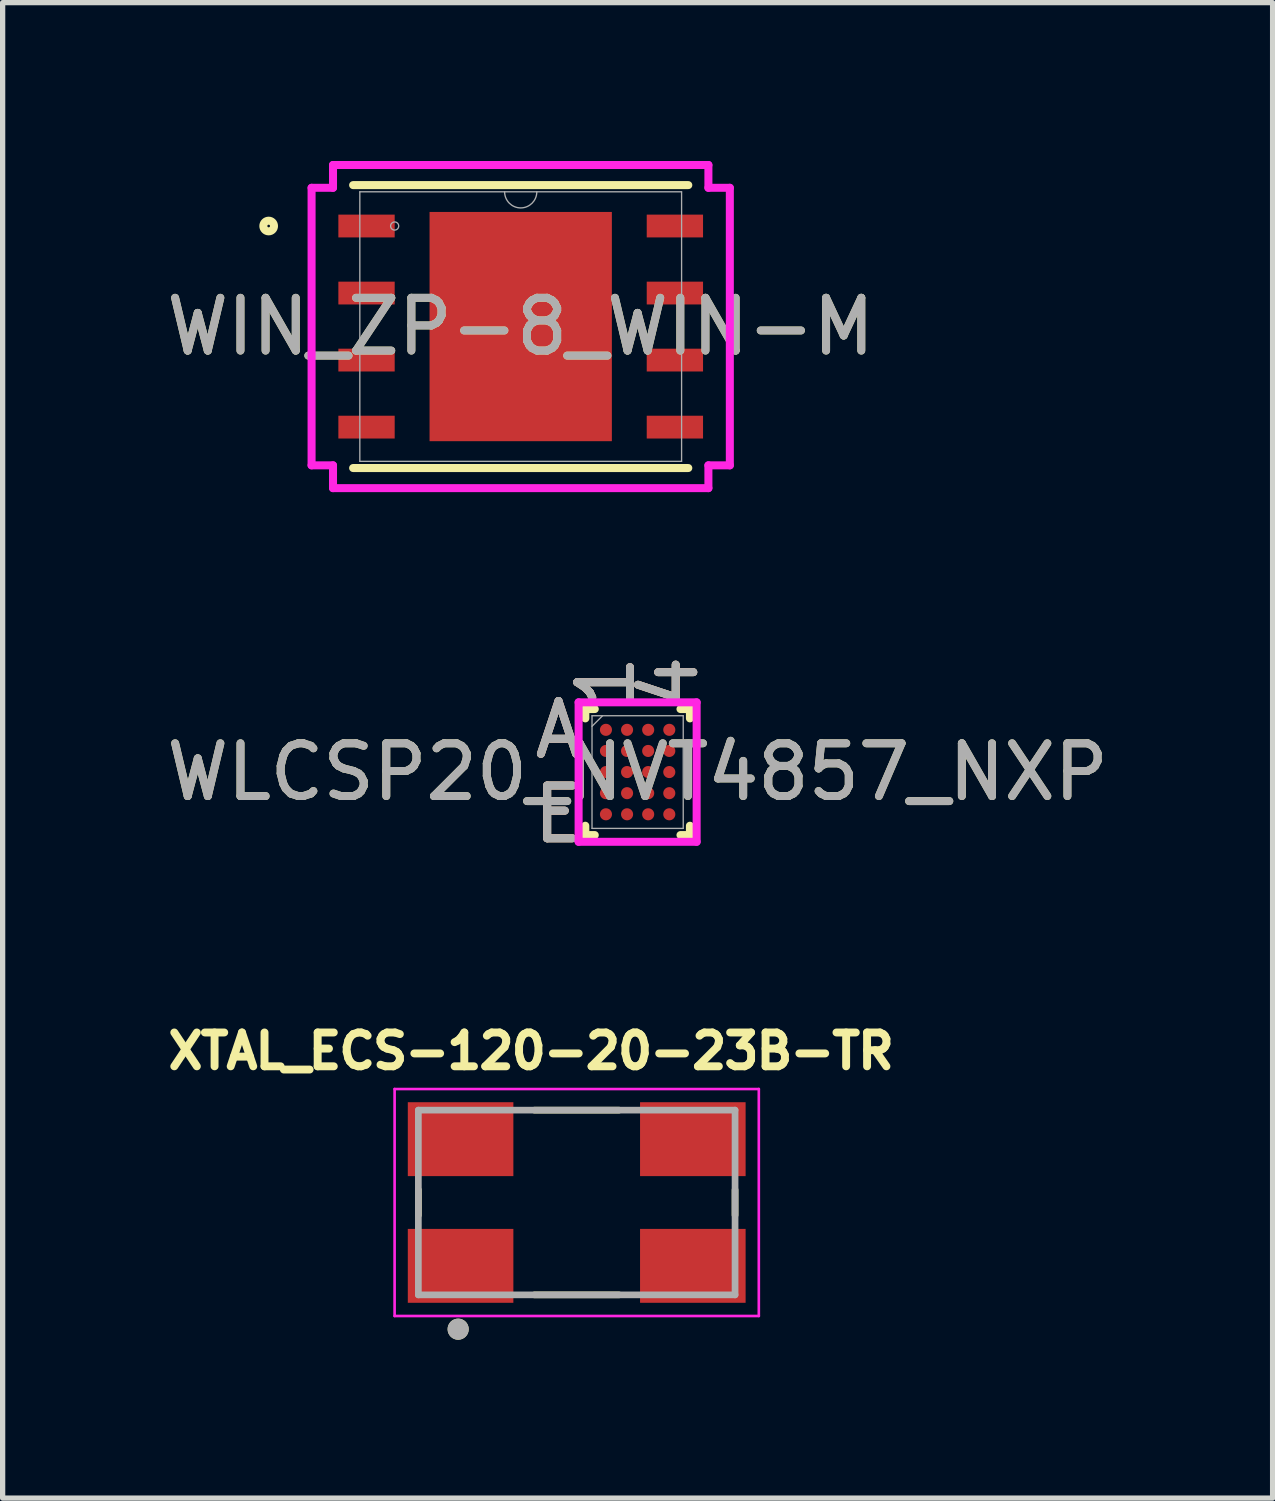
<source format=kicad_pcb>
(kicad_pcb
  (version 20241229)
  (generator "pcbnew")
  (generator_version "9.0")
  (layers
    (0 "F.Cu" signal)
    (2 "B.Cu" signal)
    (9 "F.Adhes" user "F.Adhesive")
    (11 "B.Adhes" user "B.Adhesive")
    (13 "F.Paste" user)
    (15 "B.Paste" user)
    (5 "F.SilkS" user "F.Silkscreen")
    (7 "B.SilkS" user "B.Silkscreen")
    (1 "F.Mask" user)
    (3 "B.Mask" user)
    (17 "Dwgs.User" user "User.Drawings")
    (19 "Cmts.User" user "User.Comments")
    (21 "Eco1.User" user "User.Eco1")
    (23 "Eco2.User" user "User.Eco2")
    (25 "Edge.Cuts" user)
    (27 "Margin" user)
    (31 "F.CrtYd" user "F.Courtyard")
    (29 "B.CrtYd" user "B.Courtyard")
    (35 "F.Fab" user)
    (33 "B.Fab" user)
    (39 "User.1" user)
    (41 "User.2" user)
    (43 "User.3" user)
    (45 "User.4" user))
  (footprint "XTAL_ECS-120-20-23B-TR"
    (layer "F.Cu")
    (at 7.876 19.732)
    (property "Reference" "XTAL_ECS-120-20-23B-TR" (at -0.863 -2.869 0) (layer "F.SilkS") (effects (font (size 0.641 0.641) (thickness 0.15))))
    (attr smd)
    (fp_line (start -3 -0.24) (end -3 0.24) (stroke (width 0.127) (type solid)) (layer "F.SilkS"))
    (fp_line (start -0.8 -1.75) (end 0.8 -1.75) (stroke (width 0.127) (type solid)) (layer "F.SilkS"))
    (fp_line (start -0.8 1.75) (end 0.8 1.75) (stroke (width 0.127) (type solid)) (layer "F.SilkS"))
    (fp_line (start 3 -0.24) (end 3 0.24) (stroke (width 0.127) (type solid)) (layer "F.SilkS"))
    (fp_circle (center -2.246 2.4) (end -2.146 2.4) (stroke (width 0.2) (type solid)) (fill no) (layer "F.SilkS"))
    (fp_line (start -3.45 -2.15) (end 3.45 -2.15) (stroke (width 0.05) (type solid)) (layer "F.CrtYd"))
    (fp_line (start -3.45 2.15) (end -3.45 -2.15) (stroke (width 0.05) (type solid)) (layer "F.CrtYd"))
    (fp_line (start 3.45 -2.15) (end 3.45 2.15) (stroke (width 0.05) (type solid)) (layer "F.CrtYd"))
    (fp_line (start 3.45 2.15) (end -3.45 2.15) (stroke (width 0.05) (type solid)) (layer "F.CrtYd"))
    (fp_line (start -3 -1.75) (end 3 -1.75) (stroke (width 0.127) (type solid)) (layer "F.Fab"))
    (fp_line (start -3 1.75) (end -3 -1.75) (stroke (width 0.127) (type solid)) (layer "F.Fab"))
    (fp_line (start 3 -1.75) (end 3 1.75) (stroke (width 0.127) (type solid)) (layer "F.Fab"))
    (fp_line (start 3 1.75) (end -3 1.75) (stroke (width 0.127) (type solid)) (layer "F.Fab"))
    (fp_circle (center -2.246 2.4) (end -2.146 2.4) (stroke (width 0.2) (type solid)) (fill no) (layer "F.Fab"))
    (pad "1" smd rect (at -2.2 1.2) (size 2 1.4) (layers "F.Cu" "F.Mask" "F.Paste"))
    (pad "2" smd rect (at 2.2 1.2) (size 2 1.4) (layers "F.Cu" "F.Mask" "F.Paste"))
    (pad "3" smd rect (at 2.2 -1.2) (size 2 1.4) (layers "F.Cu" "F.Mask" "F.Paste"))
    (pad "4" smd rect (at -2.2 -1.2) (size 2 1.4) (layers "F.Cu" "F.Mask" "F.Paste")))
  (footprint "WLCSP20_NVT4857_NXP"
    (layer "F.Cu")
    (at 9.03 11.577)
    (property "Reference" "WLCSP20_NVT4857_NXP" (at 0 0 0) (unlocked yes) (layer "F.SilkS") (effects (font (size 1 1) (thickness 0.15))))
    (attr smd)
    (fp_line (start -0.991 -1.194) (end -0.991 -1.017) (stroke (width 0.152) (type solid)) (layer "F.SilkS"))
    (fp_line (start -0.991 1.017) (end -0.991 1.194) (stroke (width 0.152) (type solid)) (layer "F.SilkS"))
    (fp_line (start -0.991 1.194) (end -0.812 1.194) (stroke (width 0.152) (type solid)) (layer "F.SilkS"))
    (fp_line (start -0.812 -1.194) (end -0.991 -1.194) (stroke (width 0.152) (type solid)) (layer "F.SilkS"))
    (fp_line (start 0.812 1.194) (end 0.991 1.194) (stroke (width 0.152) (type solid)) (layer "F.SilkS"))
    (fp_line (start 0.991 -1.194) (end 0.812 -1.194) (stroke (width 0.152) (type solid)) (layer "F.SilkS"))
    (fp_line (start 0.991 -1.017) (end 0.991 -1.194) (stroke (width 0.152) (type solid)) (layer "F.SilkS"))
    (fp_line (start 0.991 1.194) (end 0.991 1.017) (stroke (width 0.152) (type solid)) (layer "F.SilkS"))
    (fp_poly (pts (xy -1.244 -1.444) (xy 1.244 -1.444) (xy 1.244 1.444) (xy -1.244 1.444)) (stroke (width 0.1) (type solid)) (fill no) (layer "Eco2.User"))
    (fp_line (start -1.118 -1.321) (end 1.118 -1.321) (stroke (width 0.152) (type solid)) (layer "F.CrtYd"))
    (fp_line (start -1.118 1.321) (end -1.118 -1.321) (stroke (width 0.152) (type solid)) (layer "F.CrtYd"))
    (fp_line (start 1.118 -1.321) (end 1.118 1.321) (stroke (width 0.152) (type solid)) (layer "F.CrtYd"))
    (fp_line (start 1.118 1.321) (end -1.118 1.321) (stroke (width 0.152) (type solid)) (layer "F.CrtYd"))
    (fp_line (start -0.864 -1.067) (end -0.864 1.067) (stroke (width 0.025) (type solid)) (layer "F.Fab"))
    (fp_line (start -0.864 1.067) (end 0.864 1.067) (stroke (width 0.025) (type solid)) (layer "F.Fab"))
    (fp_line (start -0.664 -1.067) (end -0.864 -0.867) (stroke (width 0.025) (type solid)) (layer "F.Fab"))
    (fp_line (start 0.864 -1.067) (end -0.864 -1.067) (stroke (width 0.025) (type solid)) (layer "F.Fab"))
    (fp_line (start 0.864 1.067) (end 0.864 -1.067) (stroke (width 0.025) (type solid)) (layer "F.Fab"))
    (fp_text user "E" (at -1.499 0.8 0) (unlocked yes) (layer "F.SilkS") (effects (font (size 1 1) (thickness 0.15))))
    (fp_text user "A" (at -1.499 -0.8 0) (unlocked yes) (layer "F.SilkS") (effects (font (size 1 1) (thickness 0.15))))
    (fp_text user "1" (at -0.6 -1.702 90) (unlocked yes) (layer "F.SilkS") (effects (font (size 1 1) (thickness 0.15))))
    (fp_text user "4" (at 0.6 -1.702 90) (unlocked yes) (layer "F.SilkS") (effects (font (size 1 1) (thickness 0.15))))
    (fp_text user "4" (at 0.6 -1.702 90) (unlocked yes) (layer "B.SilkS") (effects (font (size 1 1) (thickness 0.15))))
    (fp_text user "1" (at -0.6 -1.702 90) (unlocked yes) (layer "B.SilkS") (effects (font (size 1 1) (thickness 0.15))))
    (fp_text user "A" (at -1.499 -0.8 0) (unlocked yes) (layer "B.SilkS") (effects (font (size 1 1) (thickness 0.15))))
    (fp_text user "E" (at -1.499 0.8 0) (unlocked yes) (layer "B.SilkS") (effects (font (size 1 1) (thickness 0.15))))
    (fp_text user "A" (at -1.499 -0.8 0) (unlocked yes) (layer "F.Fab") (effects (font (size 1 1) (thickness 0.15))))
    (fp_text user "4" (at 0.6 -1.702 90) (unlocked yes) (layer "F.Fab") (effects (font (size 1 1) (thickness 0.15))))
    (fp_text user "E" (at -1.499 0.8 0) (unlocked yes) (layer "F.Fab") (effects (font (size 1 1) (thickness 0.15))))
    (fp_text user "1" (at -0.6 -1.702 90) (unlocked yes) (layer "F.Fab") (effects (font (size 1 1) (thickness 0.15))))
    (fp_text user "${REFERENCE}" (at 0 0 0) (unlocked yes) (layer "F.Fab") (effects (font (size 1 1) (thickness 0.15))))
    (pad "A1" smd circle (at -0.6 -0.8) (size 0.229 0.229) (layers "F.Cu" "F.Mask" "F.Paste"))
    (pad "A2" smd circle (at -0.2 -0.8) (size 0.229 0.229) (layers "F.Cu" "F.Mask" "F.Paste"))
    (pad "A3" smd circle (at 0.2 -0.8) (size 0.229 0.229) (layers "F.Cu" "F.Mask" "F.Paste"))
    (pad "A4" smd circle (at 0.6 -0.8) (size 0.229 0.229) (layers "F.Cu" "F.Mask" "F.Paste"))
    (pad "B1" smd circle (at -0.6 -0.4) (size 0.229 0.229) (layers "F.Cu" "F.Mask" "F.Paste"))
    (pad "B2" smd circle (at -0.2 -0.4) (size 0.229 0.229) (layers "F.Cu" "F.Mask" "F.Paste"))
    (pad "B3" smd circle (at 0.2 -0.4) (size 0.229 0.229) (layers "F.Cu" "F.Mask" "F.Paste"))
    (pad "B4" smd circle (at 0.6 -0.4) (size 0.229 0.229) (layers "F.Cu" "F.Mask" "F.Paste"))
    (pad "C1" smd circle (at -0.6 0) (size 0.229 0.229) (layers "F.Cu" "F.Mask" "F.Paste"))
    (pad "C2" smd circle (at -0.2 0) (size 0.229 0.229) (layers "F.Cu" "F.Mask" "F.Paste"))
    (pad "C3" smd circle (at 0.2 0) (size 0.229 0.229) (layers "F.Cu" "F.Mask" "F.Paste"))
    (pad "C4" smd circle (at 0.6 0) (size 0.229 0.229) (layers "F.Cu" "F.Mask" "F.Paste"))
    (pad "D1" smd circle (at -0.6 0.4) (size 0.229 0.229) (layers "F.Cu" "F.Mask" "F.Paste"))
    (pad "D2" smd circle (at -0.2 0.4) (size 0.229 0.229) (layers "F.Cu" "F.Mask" "F.Paste"))
    (pad "D3" smd circle (at 0.2 0.4) (size 0.229 0.229) (layers "F.Cu" "F.Mask" "F.Paste"))
    (pad "D4" smd circle (at 0.6 0.4) (size 0.229 0.229) (layers "F.Cu" "F.Mask" "F.Paste"))
    (pad "E1" smd circle (at -0.6 0.8) (size 0.229 0.229) (layers "F.Cu" "F.Mask" "F.Paste"))
    (pad "E2" smd circle (at -0.2 0.8) (size 0.229 0.229) (layers "F.Cu" "F.Mask" "F.Paste"))
    (pad "E3" smd circle (at 0.2 0.8) (size 0.229 0.229) (layers "F.Cu" "F.Mask" "F.Paste"))
    (pad "E4" smd circle (at 0.6 0.8) (size 0.229 0.229) (layers "F.Cu" "F.Mask" "F.Paste")))
  (footprint "WIN_ZP-8_WIN-M"
    (layer "F.Cu")
    (at 6.815 3.137)
    (property "Reference" "WIN_ZP-8_WIN-M" (at 0 0 0) (unlocked yes) (layer "F.SilkS") (effects (font (size 1 1) (thickness 0.15))))
    (attr smd)
    (fp_line (start -3.175 2.68) (end 3.175 2.68) (stroke (width 0.152) (type solid)) (layer "F.SilkS"))
    (fp_line (start 3.175 -2.68) (end -3.175 -2.68) (stroke (width 0.152) (type solid)) (layer "F.SilkS"))
    (fp_circle (center -4.775 -1.905) (end -4.674 -1.905) (stroke (width 0.152) (type solid)) (fill no) (layer "F.SilkS"))
    (fp_poly (pts (xy -1.627 -2.072) (xy -1.627 -0.824) (xy -0.1 -0.824) (xy -0.1 -2.072)) (stroke (width 0) (type solid)) (fill yes) (layer "F.Paste"))
    (fp_poly (pts (xy -1.627 -0.624) (xy -1.627 0.624) (xy -0.1 0.624) (xy -0.1 -0.624)) (stroke (width 0) (type solid)) (fill yes) (layer "F.Paste"))
    (fp_poly (pts (xy -1.627 0.824) (xy -1.627 2.072) (xy -0.1 2.072) (xy -0.1 0.824)) (stroke (width 0) (type solid)) (fill yes) (layer "F.Paste"))
    (fp_poly (pts (xy 0.1 -2.072) (xy 0.1 -0.824) (xy 1.627 -0.824) (xy 1.627 -2.072)) (stroke (width 0) (type solid)) (fill yes) (layer "F.Paste"))
    (fp_poly (pts (xy 0.1 -0.624) (xy 0.1 0.624) (xy 1.627 0.624) (xy 1.627 -0.624)) (stroke (width 0) (type solid)) (fill yes) (layer "F.Paste"))
    (fp_poly (pts (xy 0.1 0.824) (xy 0.1 2.072) (xy 1.627 2.072) (xy 1.627 0.824)) (stroke (width 0) (type solid)) (fill yes) (layer "F.Paste"))
    (fp_line (start -3.962 -2.629) (end -3.556 -2.629) (stroke (width 0.152) (type solid)) (layer "F.CrtYd"))
    (fp_line (start -3.962 2.629) (end -3.962 -2.629) (stroke (width 0.152) (type solid)) (layer "F.CrtYd"))
    (fp_line (start -3.962 2.629) (end -3.556 2.629) (stroke (width 0.152) (type solid)) (layer "F.CrtYd"))
    (fp_line (start -3.556 -3.061) (end 3.556 -3.061) (stroke (width 0.152) (type solid)) (layer "F.CrtYd"))
    (fp_line (start -3.556 -2.629) (end -3.556 -3.061) (stroke (width 0.152) (type solid)) (layer "F.CrtYd"))
    (fp_line (start -3.556 3.061) (end -3.556 2.629) (stroke (width 0.152) (type solid)) (layer "F.CrtYd"))
    (fp_line (start 3.556 -3.061) (end 3.556 -2.629) (stroke (width 0.152) (type solid)) (layer "F.CrtYd"))
    (fp_line (start 3.556 2.629) (end 3.556 3.061) (stroke (width 0.152) (type solid)) (layer "F.CrtYd"))
    (fp_line (start 3.556 3.061) (end -3.556 3.061) (stroke (width 0.152) (type solid)) (layer "F.CrtYd"))
    (fp_line (start 3.962 -2.629) (end 3.556 -2.629) (stroke (width 0.152) (type solid)) (layer "F.CrtYd"))
    (fp_line (start 3.962 -2.629) (end 3.962 2.629) (stroke (width 0.152) (type solid)) (layer "F.CrtYd"))
    (fp_line (start 3.962 2.629) (end 3.556 2.629) (stroke (width 0.152) (type solid)) (layer "F.CrtYd"))
    (fp_line (start -3.048 -2.553) (end -3.048 2.553) (stroke (width 0.025) (type solid)) (layer "F.Fab"))
    (fp_line (start -3.048 2.553) (end 3.048 2.553) (stroke (width 0.025) (type solid)) (layer "F.Fab"))
    (fp_line (start 3.048 -2.553) (end -3.048 -2.553) (stroke (width 0.025) (type solid)) (layer "F.Fab"))
    (fp_line (start 3.048 2.553) (end 3.048 -2.553) (stroke (width 0.025) (type solid)) (layer "F.Fab"))
    (fp_arc (start 0.3048 -2.5527) (mid 0 -2.2479) (end -0.3048 -2.5527) (stroke (width 0.0254) (type solid)) (layer "F.Fab"))
    (fp_circle (center -2.388 -1.905) (end -2.311 -1.905) (stroke (width 0.025) (type solid)) (fill no) (layer "F.Fab"))
    (fp_text user "${REFERENCE}" (at 0 0 0) (unlocked yes) (layer "F.Fab") (effects (font (size 1 1) (thickness 0.15))))
    (pad "1" smd rect (at -2.921 -1.905) (size 1.067 0.432) (layers "F.Cu" "F.Mask" "F.Paste"))
    (pad "2" smd rect (at -2.921 -0.635) (size 1.067 0.432) (layers "F.Cu" "F.Mask" "F.Paste"))
    (pad "3" smd rect (at -2.921 0.635) (size 1.067 0.432) (layers "F.Cu" "F.Mask" "F.Paste"))
    (pad "4" smd rect (at -2.921 1.905) (size 1.067 0.432) (layers "F.Cu" "F.Mask" "F.Paste"))
    (pad "5" smd rect (at 2.921 1.905) (size 1.067 0.432) (layers "F.Cu" "F.Mask" "F.Paste"))
    (pad "6" smd rect (at 2.921 0.635) (size 1.067 0.432) (layers "F.Cu" "F.Mask" "F.Paste"))
    (pad "7" smd rect (at 2.921 -0.635) (size 1.067 0.432) (layers "F.Cu" "F.Mask" "F.Paste"))
    (pad "8" smd rect (at 2.921 -1.905) (size 1.067 0.432) (layers "F.Cu" "F.Mask" "F.Paste"))
    (pad "9" smd rect (at 0 0) (size 3.454 4.343) (layers "F.Cu" "F.Mask" "F.Paste")))
  (gr_rect
    (start -3 -3)
    (end 21.06 25.332)
    (stroke (width 0.1) (type default))
    (fill no)
    (layer "Edge.Cuts")))
</source>
